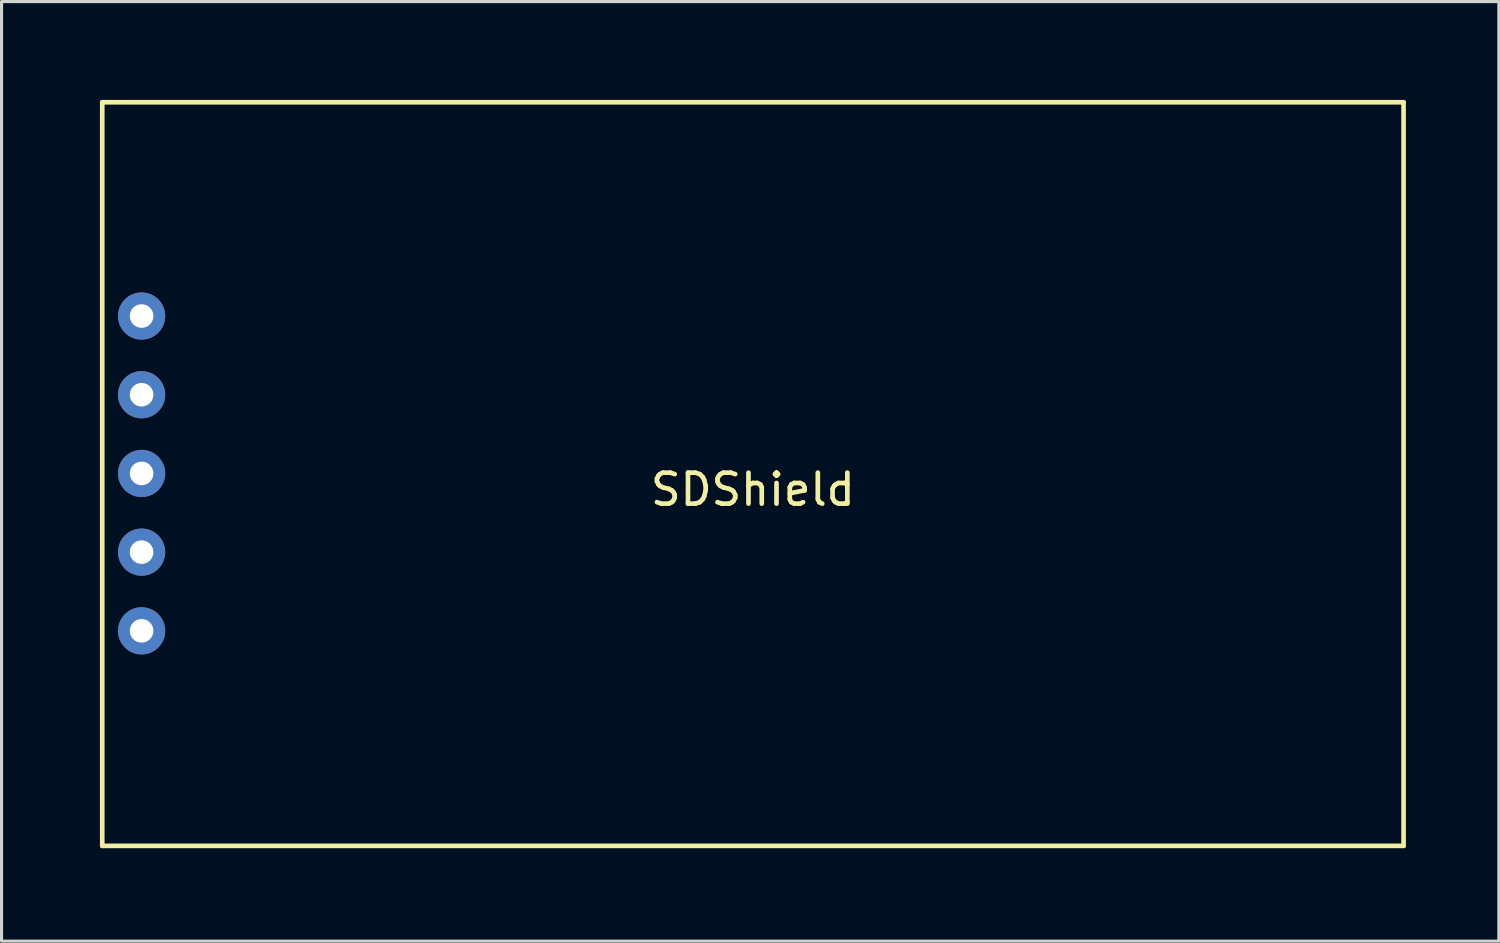
<source format=kicad_pcb>
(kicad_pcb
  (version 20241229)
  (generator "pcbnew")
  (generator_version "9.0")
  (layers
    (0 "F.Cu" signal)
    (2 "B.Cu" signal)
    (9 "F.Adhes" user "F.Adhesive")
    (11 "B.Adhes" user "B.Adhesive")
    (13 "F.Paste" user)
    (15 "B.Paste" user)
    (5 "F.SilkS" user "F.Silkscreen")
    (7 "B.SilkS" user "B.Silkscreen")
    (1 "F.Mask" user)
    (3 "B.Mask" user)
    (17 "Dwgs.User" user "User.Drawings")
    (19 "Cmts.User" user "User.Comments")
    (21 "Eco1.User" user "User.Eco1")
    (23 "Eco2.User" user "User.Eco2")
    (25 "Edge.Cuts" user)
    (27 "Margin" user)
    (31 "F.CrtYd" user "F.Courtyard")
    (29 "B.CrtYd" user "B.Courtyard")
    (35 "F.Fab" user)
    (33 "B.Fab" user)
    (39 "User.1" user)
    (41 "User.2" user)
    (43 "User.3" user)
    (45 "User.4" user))
  (footprint "SDShield"
    (layer "F.Cu")
    (at 0.25 0.25)
    (property "Reference" "SDShield" (at 21 12.5 0) (layer "F.SilkS") (effects (font (size 1 1) (thickness 0.15))))
    (attr through_hole)
    (fp_line (start 0 0) (end 0 24) (stroke (width 0.15) (type solid)) (layer "F.SilkS"))
    (fp_line (start 0 24) (end 42 24) (stroke (width 0.15) (type solid)) (layer "F.SilkS"))
    (fp_line (start 42 0) (end 0 0) (stroke (width 0.15) (type solid)) (layer "F.SilkS"))
    (fp_line (start 42 24) (end 42 0) (stroke (width 0.15) (type solid)) (layer "F.SilkS"))
    (pad "1" thru_hole circle (at 1.27 6.9) (size 1.524 1.524) (drill 0.762) (layers "*.Cu" "*.Mask"))
    (pad "2" thru_hole circle (at 1.27 9.44) (size 1.524 1.524) (drill 0.762) (layers "*.Cu" "*.Mask"))
    (pad "3" thru_hole circle (at 1.27 11.98) (size 1.524 1.524) (drill 0.762) (layers "*.Cu" "*.Mask"))
    (pad "4" thru_hole circle (at 1.27 14.52) (size 1.524 1.524) (drill 0.762) (layers "*.Cu" "*.Mask"))
    (pad "5" thru_hole circle (at 1.27 17.06) (size 1.524 1.524) (drill 0.762) (layers "*.Cu" "*.Mask")))
  (gr_rect
    (start -3 -3)
    (end 45.325 27.325)
    (stroke (width 0.1) (type default))
    (fill no)
    (layer "Edge.Cuts")))
</source>
